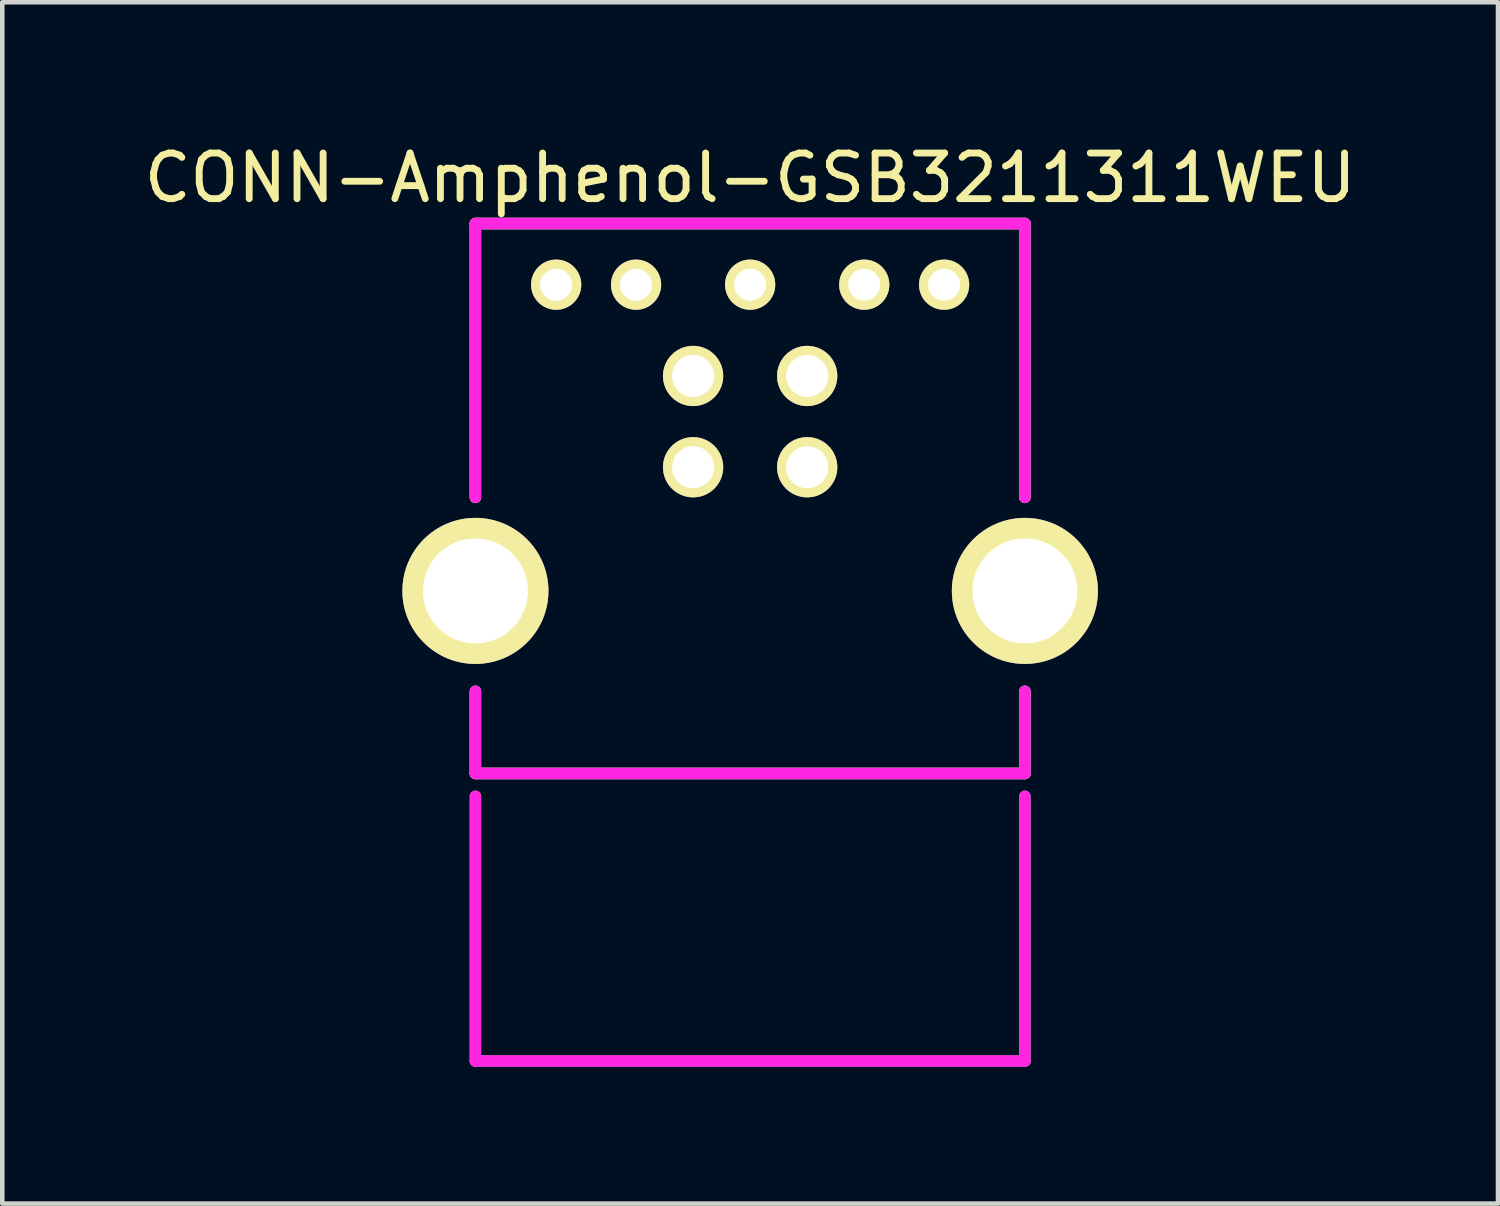
<source format=kicad_pcb>
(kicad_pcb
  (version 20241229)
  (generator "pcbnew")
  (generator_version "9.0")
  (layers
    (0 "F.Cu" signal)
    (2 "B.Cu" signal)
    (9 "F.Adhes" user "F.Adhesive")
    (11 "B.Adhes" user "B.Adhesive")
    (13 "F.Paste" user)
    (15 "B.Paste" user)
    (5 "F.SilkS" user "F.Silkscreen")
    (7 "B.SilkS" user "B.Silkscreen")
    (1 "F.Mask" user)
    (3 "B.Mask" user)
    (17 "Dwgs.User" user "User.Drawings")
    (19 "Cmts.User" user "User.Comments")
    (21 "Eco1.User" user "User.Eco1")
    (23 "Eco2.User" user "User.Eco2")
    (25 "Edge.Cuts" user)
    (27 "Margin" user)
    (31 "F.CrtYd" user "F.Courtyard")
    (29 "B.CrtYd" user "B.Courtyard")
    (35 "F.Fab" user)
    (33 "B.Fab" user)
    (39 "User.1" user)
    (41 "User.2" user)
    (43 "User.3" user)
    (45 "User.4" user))
  (footprint "CONN-Amphenol-GSB3211311WEU"
    (layer "F.Cu")
    (at 13.387 9.898)
    (property "Reference" "CONN-Amphenol-GSB3211311WEU" (at 0 -9.05 0) (layer "F.SilkS") (effects (font (size 1 1) (thickness 0.15))))
    (attr through_hole)
    (fp_line (start -6.02 -8.05) (end 6.02 -8.05) (stroke (width 0.25) (type solid)) (layer "F.SilkS"))
    (fp_line (start -6.02 -2.05) (end -6.02 -8.05) (stroke (width 0.25) (type solid)) (layer "F.SilkS"))
    (fp_line (start -6.02 4) (end -6.02 2.2) (stroke (width 0.25) (type solid)) (layer "F.SilkS"))
    (fp_line (start 6.02 -8.05) (end 6.02 -2.05) (stroke (width 0.25) (type solid)) (layer "F.SilkS"))
    (fp_line (start 6.02 2.2) (end 6.02 4) (stroke (width 0.25) (type solid)) (layer "F.SilkS"))
    (fp_line (start 6.02 4) (end -6.02 4) (stroke (width 0.25) (type solid)) (layer "F.SilkS"))
    (fp_line (start -6.02 -8.05) (end 6.02 -8.05) (stroke (width 0.25) (type solid)) (layer "F.CrtYd"))
    (fp_line (start -6.02 -2.05) (end -6.02 -8.05) (stroke (width 0.25) (type solid)) (layer "F.CrtYd"))
    (fp_line (start -6.02 4) (end -6.02 2.2) (stroke (width 0.25) (type solid)) (layer "F.CrtYd"))
    (fp_line (start -6.02 4.5) (end -6.02 10.3) (stroke (width 0.25) (type solid)) (layer "F.CrtYd"))
    (fp_line (start -6.02 10.3) (end 6.02 10.3) (stroke (width 0.25) (type solid)) (layer "F.CrtYd"))
    (fp_line (start 6.02 -8.05) (end 6.02 -2.05) (stroke (width 0.25) (type solid)) (layer "F.CrtYd"))
    (fp_line (start 6.02 2.2) (end 6.02 4) (stroke (width 0.25) (type solid)) (layer "F.CrtYd"))
    (fp_line (start 6.02 4) (end -6.02 4) (stroke (width 0.25) (type solid)) (layer "F.CrtYd"))
    (fp_line (start 6.02 4.5) (end 6.02 10.3) (stroke (width 0.25) (type solid)) (layer "F.CrtYd"))
    (fp_line (start -6.02 -8.05) (end 6.02 -8.05) (stroke (width 0.25) (type solid)) (layer "F.Fab"))
    (fp_line (start -6.02 -2.05) (end -6.02 -8.05) (stroke (width 0.25) (type solid)) (layer "F.Fab"))
    (fp_line (start -6.02 4) (end -6.02 2.2) (stroke (width 0.25) (type solid)) (layer "F.Fab"))
    (fp_line (start -6.02 4.5) (end -6.02 10.3) (stroke (width 0.25) (type solid)) (layer "F.Fab"))
    (fp_line (start -6.02 10.3) (end 6.02 10.3) (stroke (width 0.25) (type solid)) (layer "F.Fab"))
    (fp_line (start 6.02 -8.05) (end 6.02 -2.05) (stroke (width 0.25) (type solid)) (layer "F.Fab"))
    (fp_line (start 6.02 2.2) (end 6.02 4) (stroke (width 0.25) (type solid)) (layer "F.Fab"))
    (fp_line (start 6.02 4) (end -6.02 4) (stroke (width 0.25) (type solid)) (layer "F.Fab"))
    (fp_line (start 6.02 4.5) (end 6.02 10.3) (stroke (width 0.25) (type solid)) (layer "F.Fab"))
    (pad "1" thru_hole circle (at 1.25 -4.71) (size 1.32 1.32) (drill 0.92) (layers "*.Cu" "*.Mask" "F.SilkS"))
    (pad "2" thru_hole circle (at -1.25 -4.71) (size 1.32 1.32) (drill 0.92) (layers "*.Cu" "*.Mask" "F.SilkS"))
    (pad "3" thru_hole circle (at -1.25 -2.71) (size 1.32 1.32) (drill 0.92) (layers "*.Cu" "*.Mask" "F.SilkS"))
    (pad "4" thru_hole circle (at 1.25 -2.71) (size 1.32 1.32) (drill 0.92) (layers "*.Cu" "*.Mask" "F.SilkS"))
    (pad "5" thru_hole circle (at -4.25 -6.71) (size 1.1 1.1) (drill 0.7) (layers "*.Cu" "*.Mask" "F.SilkS"))
    (pad "6" thru_hole circle (at -2.5 -6.71) (size 1.1 1.1) (drill 0.7) (layers "*.Cu" "*.Mask" "F.SilkS"))
    (pad "7" thru_hole circle (at 0 -6.71) (size 1.1 1.1) (drill 0.7) (layers "*.Cu" "*.Mask" "F.SilkS"))
    (pad "8" thru_hole circle (at 2.5 -6.71) (size 1.1 1.1) (drill 0.7) (layers "*.Cu" "*.Mask" "F.SilkS"))
    (pad "9" thru_hole circle (at 4.25 -6.71) (size 1.1 1.1) (drill 0.7) (layers "*.Cu" "*.Mask" "F.SilkS"))
    (pad "SH" thru_hole circle (at -6.02 0) (size 3.2 3.2) (drill 2.3) (layers "*.Cu" "*.Mask" "F.SilkS"))
    (pad "SH" thru_hole circle (at 6.02 0) (size 3.2 3.2) (drill 2.3) (layers "*.Cu" "*.Mask" "F.SilkS")))
  (gr_rect
    (start -3 -3)
    (end 29.774 23.323)
    (stroke (width 0.1) (type default))
    (fill no)
    (layer "Edge.Cuts")))
</source>
